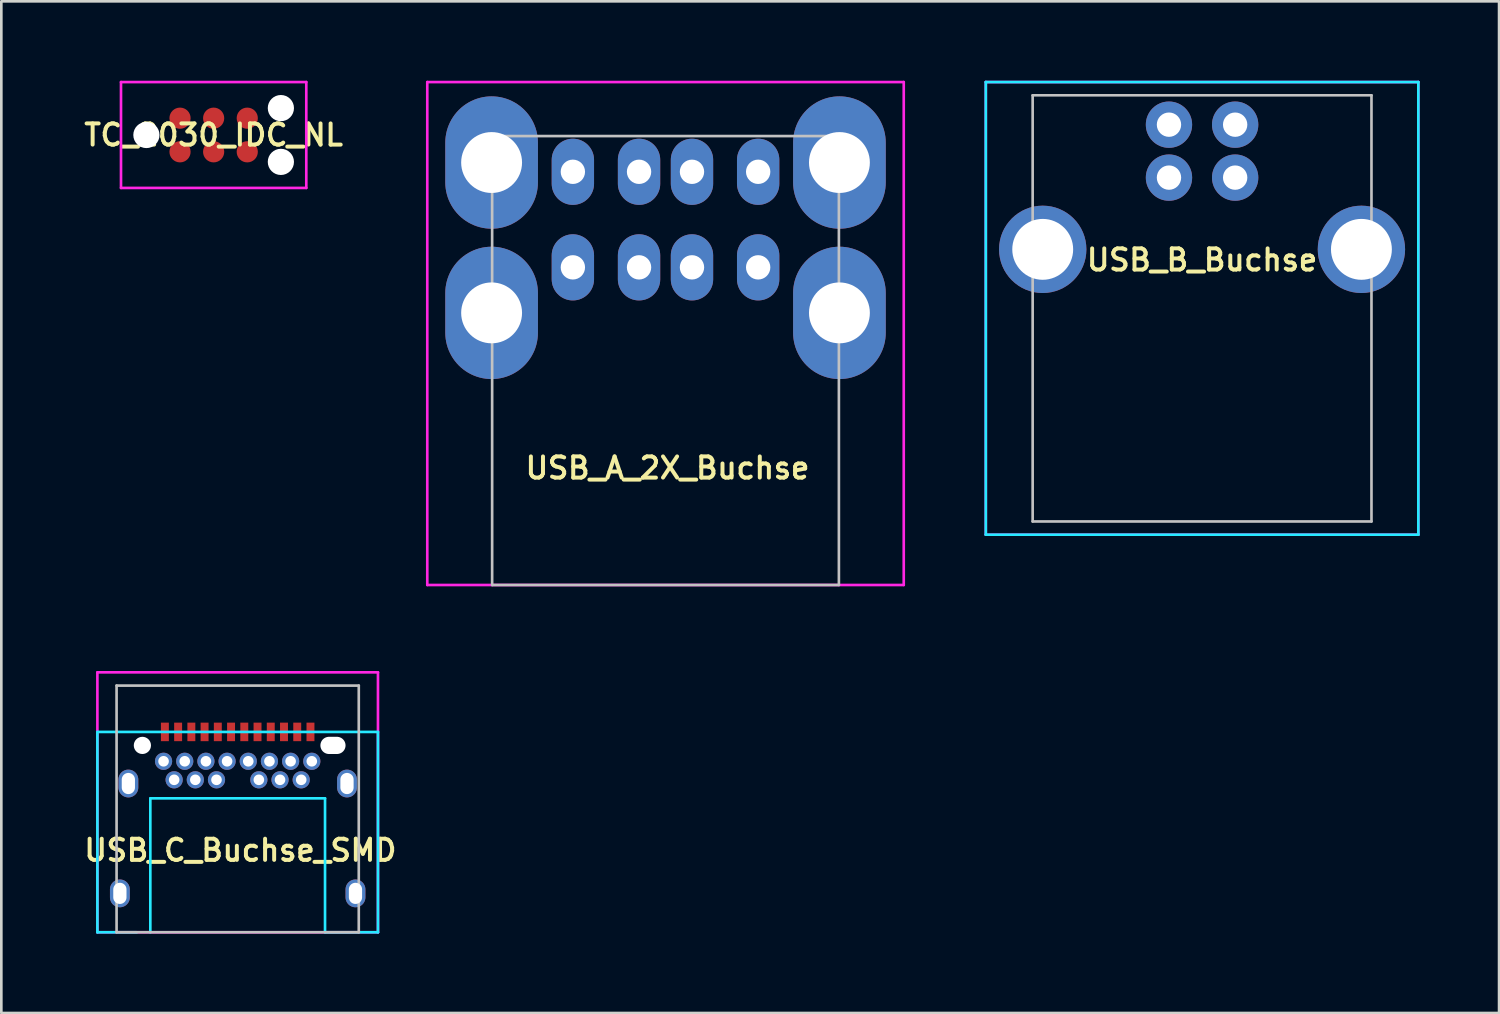
<source format=kicad_pcb>
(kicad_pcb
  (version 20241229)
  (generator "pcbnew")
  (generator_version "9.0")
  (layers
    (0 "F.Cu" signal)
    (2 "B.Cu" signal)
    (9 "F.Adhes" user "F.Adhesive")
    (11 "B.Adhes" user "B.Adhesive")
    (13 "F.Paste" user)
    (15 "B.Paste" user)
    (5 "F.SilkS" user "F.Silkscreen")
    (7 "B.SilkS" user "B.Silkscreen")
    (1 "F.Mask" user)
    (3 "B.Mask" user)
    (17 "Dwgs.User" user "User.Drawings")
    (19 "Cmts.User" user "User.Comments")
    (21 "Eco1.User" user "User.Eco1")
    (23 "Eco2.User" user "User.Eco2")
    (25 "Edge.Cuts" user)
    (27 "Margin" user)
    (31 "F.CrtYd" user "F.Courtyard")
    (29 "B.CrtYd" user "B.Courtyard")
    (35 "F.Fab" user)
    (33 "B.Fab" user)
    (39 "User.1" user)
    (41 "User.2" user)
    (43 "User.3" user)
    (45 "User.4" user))
  (footprint "TC_2030_IDC_NL"
    (layer "F.Cu")
    (at 5.021 2.05)
    (property "Reference" "TC_2030_IDC_NL" (at 0 0 0) (layer "F.SilkS") (effects (font (size 0.8 0.8) (thickness 0.15))))
    (attr through_hole)
    (fp_line (start -3.5 -2) (end 3.5 -2) (stroke (width 0.1) (type solid)) (layer "F.CrtYd"))
    (fp_line (start -3.5 2) (end -3.5 -2) (stroke (width 0.1) (type solid)) (layer "F.CrtYd"))
    (fp_line (start 3.5 -2) (end 3.5 2) (stroke (width 0.1) (type solid)) (layer "F.CrtYd"))
    (fp_line (start 3.5 2) (end -3.5 2) (stroke (width 0.1) (type solid)) (layer "F.CrtYd"))
    (pad "" np_thru_hole circle (at -2.54 0) (size 0.99 0.99) (drill 0.99) (layers "*.Cu" "*.Mask"))
    (pad "" np_thru_hole circle (at 2.54 -1.016) (size 0.99 0.99) (drill 0.99) (layers "*.Cu" "*.Mask"))
    (pad "" np_thru_hole circle (at 2.54 1.016) (size 0.99 0.99) (drill 0.99) (layers "*.Cu" "*.Mask"))
    (pad "1" smd circle (at -1.27 0.635) (size 0.8 0.8) (layers "F.Cu" "F.Mask"))
    (pad "2" smd circle (at -1.27 -0.635) (size 0.8 0.8) (layers "F.Cu" "F.Mask"))
    (pad "3" smd circle (at 0 0.635) (size 0.8 0.8) (layers "F.Cu" "F.Mask"))
    (pad "4" smd circle (at 0 -0.635) (size 0.8 0.8) (layers "F.Cu" "F.Mask"))
    (pad "5" smd circle (at 1.27 0.635) (size 0.8 0.8) (layers "F.Cu" "F.Mask"))
    (pad "6" smd circle (at 1.27 -0.635) (size 0.8 0.8) (layers "F.Cu" "F.Mask")))
  (footprint "USB_A_2X_Buchse"
    (layer "F.Cu")
    (at 22.092 19.05)
    (property "Reference" "USB_A_2X_Buchse" (at 0.076 -4.42 0) (layer "F.SilkS") (effects (font (size 0.8 0.8) (thickness 0.15))))
    (attr through_hole)
    (fp_line (start -6.55 -16.96) (end 6.55 -16.96) (stroke (width 0.1) (type solid)) (layer "Dwgs.User"))
    (fp_line (start -6.55 0) (end -6.55 -16.96) (stroke (width 0.1) (type solid)) (layer "Dwgs.User"))
    (fp_line (start 6.55 -16.96) (end 6.55 0) (stroke (width 0.1) (type solid)) (layer "Dwgs.User"))
    (fp_line (start 6.55 0) (end -6.55 0) (stroke (width 0.1) (type solid)) (layer "Dwgs.User"))
    (fp_line (start -9 -19) (end 9 -19) (stroke (width 0.1) (type solid)) (layer "F.CrtYd"))
    (fp_line (start -9 0) (end -9 -19) (stroke (width 0.1) (type solid)) (layer "F.CrtYd"))
    (fp_line (start 9 -19) (end 9 0) (stroke (width 0.1) (type solid)) (layer "F.CrtYd"))
    (fp_line (start 9 0) (end -9 0) (stroke (width 0.1) (type solid)) (layer "F.CrtYd"))
    (pad "1" thru_hole oval (at -3.5 -15.61) (size 1.6 2.5) (drill 0.92) (layers "*.Cu" "*.Mask"))
    (pad "2" thru_hole oval (at -1 -15.61) (size 1.6 2.5) (drill 0.92) (layers "*.Cu" "*.Mask"))
    (pad "3" thru_hole oval (at 1 -15.61) (size 1.6 2.5) (drill 0.92) (layers "*.Cu" "*.Mask"))
    (pad "4" thru_hole oval (at 3.5 -15.61) (size 1.6 2.5) (drill 0.92) (layers "*.Cu" "*.Mask"))
    (pad "5" thru_hole oval (at -3.5 -12) (size 1.6 2.5) (drill 0.92) (layers "*.Cu" "*.Mask"))
    (pad "6" thru_hole oval (at -1 -12) (size 1.6 2.5) (drill 0.92) (layers "*.Cu" "*.Mask"))
    (pad "7" thru_hole oval (at 1 -12) (size 1.6 2.5) (drill 0.92) (layers "*.Cu" "*.Mask"))
    (pad "8" thru_hole oval (at 3.5 -12) (size 1.6 2.5) (drill 0.92) (layers "*.Cu" "*.Mask"))
    (pad "9" thru_hole oval (at -6.57 -15.96) (size 3.5 5) (drill 2.3) (layers "*.Cu" "*.Mask"))
    (pad "10" thru_hole oval (at -6.57 -10.28) (size 3.5 5) (drill 2.3) (layers "*.Cu" "*.Mask"))
    (pad "11" thru_hole oval (at 6.57 -15.96) (size 3.5 5) (drill 2.3) (layers "*.Cu" "*.Mask"))
    (pad "12" thru_hole oval (at 6.57 -10.28) (size 3.5 5) (drill 2.3) (layers "*.Cu" "*.Mask")))
  (footprint "USB_C_Buchse_SMD"
    (layer "F.Cu")
    (at 5.929 25.11)
    (property "Reference" "USB_C_Buchse_SMD" (at 0.102 3.962 0) (layer "F.SilkS") (effects (font (size 0.8 0.8) (thickness 0.15))))
    (attr through_hole)
    (fp_line (start -4.575 -2.26) (end 4.575 -2.26) (stroke (width 0.1) (type solid)) (layer "Dwgs.User"))
    (fp_line (start -4.575 7.06) (end -4.575 -2.26) (stroke (width 0.1) (type solid)) (layer "Dwgs.User"))
    (fp_line (start 4.575 -2.26) (end 4.575 7.06) (stroke (width 0.1) (type solid)) (layer "Dwgs.User"))
    (fp_line (start 4.575 7.06) (end -4.575 7.06) (stroke (width 0.1) (type solid)) (layer "Dwgs.User"))
    (fp_line (start -5.3 -0.508) (end 5.3 -0.508) (stroke (width 0.1) (type solid)) (layer "B.CrtYd"))
    (fp_line (start -5.3 7.06) (end -5.3 -0.508) (stroke (width 0.1) (type solid)) (layer "B.CrtYd"))
    (fp_line (start -5.3 7.06) (end -3.81 7.06) (stroke (width 0.1) (type solid)) (layer "B.CrtYd"))
    (fp_line (start -3.3 2) (end 3.3 2) (stroke (width 0.1) (type solid)) (layer "B.CrtYd"))
    (fp_line (start -3.3 7.06) (end -3.3 2) (stroke (width 0.1) (type solid)) (layer "B.CrtYd"))
    (fp_line (start 3.3 2) (end 3.3 7.06) (stroke (width 0.1) (type solid)) (layer "B.CrtYd"))
    (fp_line (start 3.3 7.06) (end 5.3 7.06) (stroke (width 0.1) (type solid)) (layer "B.CrtYd"))
    (fp_line (start 5.3 -0.508) (end 5.3 7.06) (stroke (width 0.1) (type solid)) (layer "B.CrtYd"))
    (fp_line (start -5.3 -2.76) (end -5.3 7.06) (stroke (width 0.1) (type solid)) (layer "F.CrtYd"))
    (fp_line (start -5.3 7.06) (end 5.3 7.06) (stroke (width 0.1) (type solid)) (layer "F.CrtYd"))
    (fp_line (start 5.3 -2.76) (end -5.3 -2.76) (stroke (width 0.1) (type solid)) (layer "F.CrtYd"))
    (fp_line (start 5.3 7.06) (end 5.3 -2.76) (stroke (width 0.1) (type solid)) (layer "F.CrtYd"))
    (pad "" np_thru_hole circle (at -3.6 0) (size 0.65 0.65) (drill 0.65) (layers "*.Cu" "*.Mask"))
    (pad "" np_thru_hole circle (at -2 0.6) (size 0.65 0.65) (drill 0.4) (layers "*.Cu" "*.Mask"))
    (pad "" np_thru_hole circle (at 2 0.6) (size 0.65 0.65) (drill 0.4) (layers "*.Cu" "*.Mask"))
    (pad "" np_thru_hole oval (at 3.6 0) (size 0.95 0.65) (drill oval 0.95 0.65) (layers "*.Cu" "*.Mask"))
    (pad "A1" smd rect (at -2.75 -0.51) (size 0.3 0.7) (layers "F.Cu" "F.Mask" "F.Paste"))
    (pad "A2" smd rect (at -2.25 -0.51) (size 0.3 0.7) (layers "F.Cu" "F.Mask" "F.Paste"))
    (pad "A3" smd rect (at -1.75 -0.51) (size 0.3 0.7) (layers "F.Cu" "F.Mask" "F.Paste"))
    (pad "A4" smd rect (at -1.25 -0.51) (size 0.3 0.7) (layers "F.Cu" "F.Mask" "F.Paste"))
    (pad "A5" smd rect (at -0.75 -0.51) (size 0.3 0.7) (layers "F.Cu" "F.Mask" "F.Paste"))
    (pad "A6" smd rect (at -0.25 -0.51) (size 0.3 0.7) (layers "F.Cu" "F.Mask" "F.Paste"))
    (pad "A7" smd rect (at 0.25 -0.51) (size 0.3 0.7) (layers "F.Cu" "F.Mask" "F.Paste"))
    (pad "A8" smd rect (at 0.75 -0.51) (size 0.3 0.7) (layers "F.Cu" "F.Mask" "F.Paste"))
    (pad "A9" smd rect (at 1.25 -0.51) (size 0.3 0.7) (layers "F.Cu" "F.Mask" "F.Paste"))
    (pad "A10" smd rect (at 1.75 -0.51) (size 0.3 0.7) (layers "F.Cu" "F.Mask" "F.Paste"))
    (pad "A11" smd rect (at 2.25 -0.51) (size 0.3 0.7) (layers "F.Cu" "F.Mask" "F.Paste"))
    (pad "A12" smd rect (at 2.75 -0.51) (size 0.3 0.7) (layers "F.Cu" "F.Mask" "F.Paste"))
    (pad "B1" thru_hole circle (at 2.8 0.6) (size 0.65 0.65) (drill 0.4) (layers "*.Cu" "*.Mask"))
    (pad "B2" thru_hole circle (at 2.4 1.3) (size 0.65 0.65) (drill 0.4) (layers "*.Cu" "*.Mask"))
    (pad "B3" thru_hole circle (at 1.6 1.3) (size 0.65 0.65) (drill 0.4) (layers "*.Cu" "*.Mask"))
    (pad "B4" thru_hole circle (at 1.2 0.6) (size 0.65 0.65) (drill 0.4) (layers "*.Cu" "*.Mask"))
    (pad "B5" thru_hole circle (at 0.8 1.3) (size 0.65 0.65) (drill 0.4) (layers "*.Cu" "*.Mask"))
    (pad "B6" thru_hole circle (at 0.4 0.6) (size 0.65 0.65) (drill 0.4) (layers "*.Cu" "*.Mask"))
    (pad "B7" thru_hole circle (at -0.4 0.6) (size 0.65 0.65) (drill 0.4) (layers "*.Cu" "*.Mask"))
    (pad "B8" thru_hole circle (at -0.8 1.3) (size 0.65 0.65) (drill 0.4) (layers "*.Cu" "*.Mask"))
    (pad "B9" thru_hole circle (at -1.2 0.6) (size 0.65 0.65) (drill 0.4) (layers "*.Cu" "*.Mask"))
    (pad "B10" thru_hole circle (at -1.6 1.3) (size 0.65 0.65) (drill 0.4) (layers "*.Cu" "*.Mask"))
    (pad "B11" thru_hole circle (at -2.4 1.3) (size 0.65 0.65) (drill 0.4) (layers "*.Cu" "*.Mask"))
    (pad "B12" thru_hole circle (at -2.8 0.6) (size 0.65 0.65) (drill 0.4) (layers "*.Cu" "*.Mask"))
    (pad "M1" thru_hole oval (at -4.13 1.44) (size 0.75 1.05) (drill oval 0.5 0.8) (layers "*.Cu" "*.Mask"))
    (pad "M2" thru_hole oval (at -4.45 5.59) (size 0.75 1.05) (drill oval 0.5 0.8) (layers "*.Cu" "*.Mask"))
    (pad "M3" thru_hole oval (at 4.13 1.44) (size 0.75 1.05) (drill oval 0.5 0.8) (layers "*.Cu" "*.Mask"))
    (pad "M4" thru_hole oval (at 4.45 5.59) (size 0.75 1.05) (drill oval 0.5 0.8) (layers "*.Cu" "*.Mask")))
  (footprint "USB_B_Buchse"
    (layer "F.Cu")
    (at 42.362 6.37)
    (property "Reference" "USB_B_Buchse" (at 0 0.4 0) (layer "F.SilkS") (effects (font (size 0.8 0.8) (thickness 0.15))))
    (attr through_hole)
    (fp_line (start -6.4 -5.82) (end 6.4 -5.82) (stroke (width 0.1) (type solid)) (layer "Dwgs.User"))
    (fp_line (start -6.4 10.28) (end -6.4 -5.82) (stroke (width 0.1) (type solid)) (layer "Dwgs.User"))
    (fp_line (start 6.4 -5.82) (end 6.4 10.28) (stroke (width 0.1) (type solid)) (layer "Dwgs.User"))
    (fp_line (start 6.4 10.28) (end -6.4 10.28) (stroke (width 0.1) (type solid)) (layer "Dwgs.User"))
    (fp_line (start -8.17 -6.32) (end 8.17 -6.32) (stroke (width 0.1) (type solid)) (layer "B.CrtYd"))
    (fp_line (start -8.17 10.78) (end -8.17 -6.32) (stroke (width 0.1) (type solid)) (layer "B.CrtYd"))
    (fp_line (start 8.17 -6.32) (end 8.17 10.78) (stroke (width 0.1) (type solid)) (layer "B.CrtYd"))
    (fp_line (start 8.17 10.78) (end -8.17 10.78) (stroke (width 0.1) (type solid)) (layer "B.CrtYd"))
    (fp_line (start -8.17 -6.32) (end 8.17 -6.32) (stroke (width 0.1) (type solid)) (layer "F.CrtYd"))
    (fp_line (start -8.17 10.78) (end -8.17 -6.32) (stroke (width 0.1) (type solid)) (layer "F.CrtYd"))
    (fp_line (start 8.17 -6.32) (end 8.17 10.78) (stroke (width 0.1) (type solid)) (layer "F.CrtYd"))
    (fp_line (start 8.17 10.78) (end -8.17 10.78) (stroke (width 0.1) (type solid)) (layer "F.CrtYd"))
    (pad "1" thru_hole circle (at 1.25 -4.71) (size 1.75 1.75) (drill 0.92) (layers "*.Cu" "*.Mask"))
    (pad "2" thru_hole circle (at -1.25 -4.71) (size 1.75 1.75) (drill 0.92) (layers "*.Cu" "*.Mask"))
    (pad "3" thru_hole circle (at -1.25 -2.71) (size 1.75 1.75) (drill 0.92) (layers "*.Cu" "*.Mask"))
    (pad "4" thru_hole circle (at 1.25 -2.71) (size 1.75 1.75) (drill 0.92) (layers "*.Cu" "*.Mask"))
    (pad "5" thru_hole circle (at -6.02 0) (size 3.3 3.3) (drill 2.3) (layers "*.Cu" "*.Mask"))
    (pad "6" thru_hole circle (at 6.02 0) (size 3.3 3.3) (drill 2.3) (layers "*.Cu" "*.Mask")))
  (gr_rect
    (start -3 -3)
    (end 53.582 35.22)
    (stroke (width 0.1) (type default))
    (fill no)
    (layer "Edge.Cuts")))
</source>
